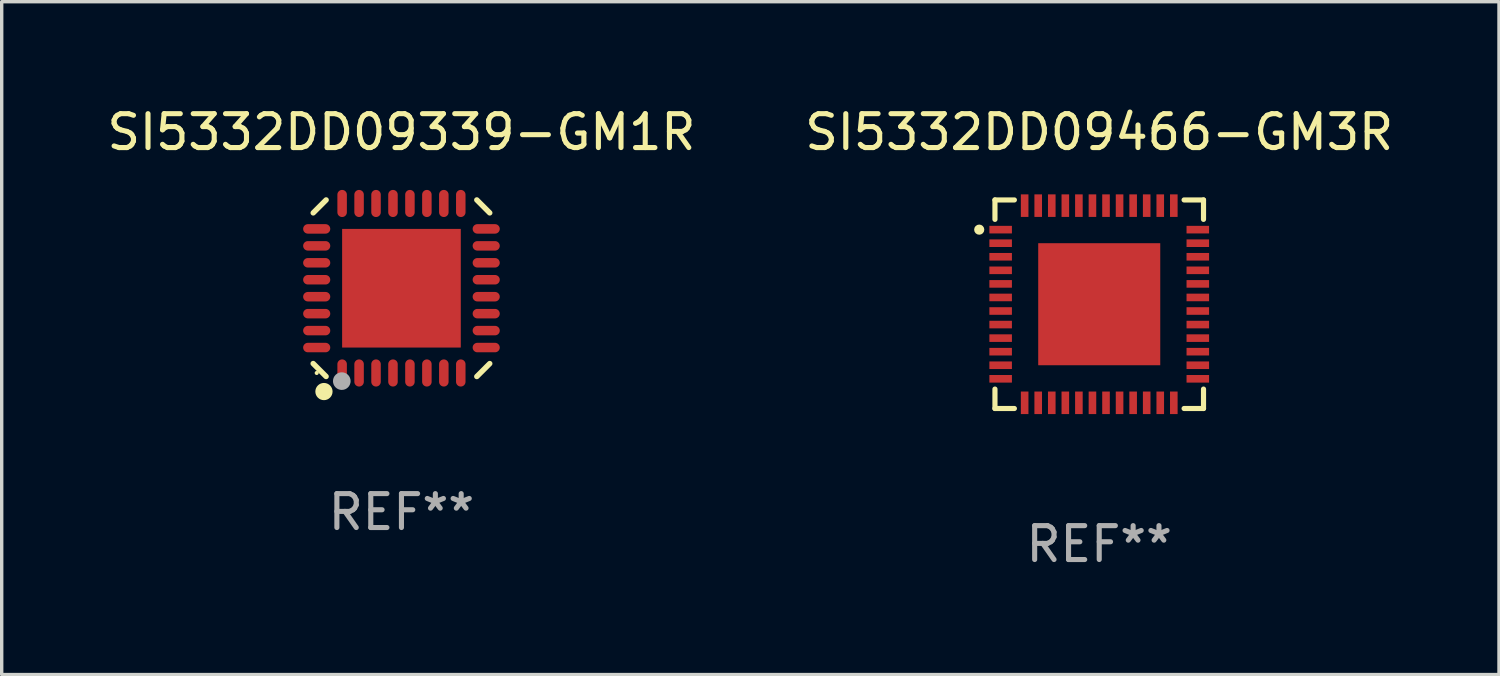
<source format=kicad_pcb>
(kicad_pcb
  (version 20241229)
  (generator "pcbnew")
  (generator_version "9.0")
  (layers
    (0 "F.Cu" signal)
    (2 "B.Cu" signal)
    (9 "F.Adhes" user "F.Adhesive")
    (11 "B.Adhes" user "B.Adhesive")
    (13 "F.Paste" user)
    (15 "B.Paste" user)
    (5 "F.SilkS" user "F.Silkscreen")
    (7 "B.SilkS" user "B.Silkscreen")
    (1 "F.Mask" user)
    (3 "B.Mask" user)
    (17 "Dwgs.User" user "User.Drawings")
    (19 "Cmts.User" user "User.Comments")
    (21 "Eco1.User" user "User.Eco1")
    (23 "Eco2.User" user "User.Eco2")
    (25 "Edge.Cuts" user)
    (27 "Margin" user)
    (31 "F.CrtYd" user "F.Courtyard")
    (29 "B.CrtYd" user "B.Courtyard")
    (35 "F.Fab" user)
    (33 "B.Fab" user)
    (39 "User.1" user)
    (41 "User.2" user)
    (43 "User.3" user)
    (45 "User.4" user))
  (footprint "SI5332DD09339-GM1R"
    (layer "F.Cu")
    (at 8.792 5.452)
    (property "Reference" "SI5332DD09339-GM1R" (at 0 -4.604 0) (layer "F.SilkS") (effects (font (size 1 1) (thickness 0.15))))
    (attr through_hole)
    (fp_line (start -2.223 2.603) (end -2.604 2.222) (stroke (width 0.16) (type solid)) (layer "F.SilkS"))
    (fp_line (start -2.222 -2.604) (end -2.603 -2.223) (stroke (width 0.16) (type solid)) (layer "F.SilkS"))
    (fp_line (start 2.223 -2.604) (end 2.604 -2.223) (stroke (width 0.16) (type solid)) (layer "F.SilkS"))
    (fp_line (start 2.604 2.223) (end 2.223 2.604) (stroke (width 0.16) (type solid)) (layer "F.SilkS"))
    (fp_circle (center -2.5 2.5) (end -2.47 2.5) (stroke (width 0.06) (type solid)) (fill no) (layer "F.SilkS"))
    (fp_circle (center -2.286 3.048) (end -2.159 3.048) (stroke (width 0.254) (type solid)) (fill no) (layer "F.SilkS"))
    (fp_circle (center -1.76 2.74) (end -1.63 2.74) (stroke (width 0.26) (type solid)) (fill no) (layer "F.Fab"))
    (fp_text user "REF**" (at 0 6.604 0) (layer "F.Fab") (effects (font (size 1 1) (thickness 0.15))))
    (pad "1" smd oval (at -1.75 2.5) (size 0.28 0.8) (layers "F.Cu" "F.Mask" "F.Paste"))
    (pad "2" smd oval (at -1.25 2.5) (size 0.28 0.8) (layers "F.Cu" "F.Mask" "F.Paste"))
    (pad "3" smd oval (at -0.75 2.5) (size 0.28 0.8) (layers "F.Cu" "F.Mask" "F.Paste"))
    (pad "4" smd oval (at -0.25 2.5) (size 0.28 0.8) (layers "F.Cu" "F.Mask" "F.Paste"))
    (pad "5" smd oval (at 0.25 2.5) (size 0.28 0.8) (layers "F.Cu" "F.Mask" "F.Paste"))
    (pad "6" smd oval (at 0.75 2.5) (size 0.28 0.8) (layers "F.Cu" "F.Mask" "F.Paste"))
    (pad "7" smd oval (at 1.25 2.5) (size 0.28 0.8) (layers "F.Cu" "F.Mask" "F.Paste"))
    (pad "8" smd oval (at 1.75 2.5) (size 0.28 0.8) (layers "F.Cu" "F.Mask" "F.Paste"))
    (pad "9" smd oval (at 2.5 1.75) (size 0.8 0.28) (layers "F.Cu" "F.Mask" "F.Paste"))
    (pad "10" smd oval (at 2.5 1.25) (size 0.8 0.28) (layers "F.Cu" "F.Mask" "F.Paste"))
    (pad "11" smd oval (at 2.5 0.75) (size 0.8 0.28) (layers "F.Cu" "F.Mask" "F.Paste"))
    (pad "12" smd oval (at 2.5 0.25) (size 0.8 0.28) (layers "F.Cu" "F.Mask" "F.Paste"))
    (pad "13" smd oval (at 2.5 -0.25) (size 0.8 0.28) (layers "F.Cu" "F.Mask" "F.Paste"))
    (pad "14" smd oval (at 2.5 -0.75) (size 0.8 0.28) (layers "F.Cu" "F.Mask" "F.Paste"))
    (pad "15" smd oval (at 2.5 -1.25) (size 0.8 0.28) (layers "F.Cu" "F.Mask" "F.Paste"))
    (pad "16" smd oval (at 2.5 -1.75) (size 0.8 0.28) (layers "F.Cu" "F.Mask" "F.Paste"))
    (pad "17" smd oval (at 1.75 -2.5) (size 0.28 0.8) (layers "F.Cu" "F.Mask" "F.Paste"))
    (pad "18" smd oval (at 1.25 -2.5) (size 0.28 0.8) (layers "F.Cu" "F.Mask" "F.Paste"))
    (pad "19" smd oval (at 0.75 -2.5) (size 0.28 0.8) (layers "F.Cu" "F.Mask" "F.Paste"))
    (pad "20" smd oval (at 0.25 -2.5) (size 0.28 0.8) (layers "F.Cu" "F.Mask" "F.Paste"))
    (pad "21" smd oval (at -0.25 -2.5) (size 0.28 0.8) (layers "F.Cu" "F.Mask" "F.Paste"))
    (pad "22" smd oval (at -0.75 -2.5) (size 0.28 0.8) (layers "F.Cu" "F.Mask" "F.Paste"))
    (pad "23" smd oval (at -1.25 -2.5) (size 0.28 0.8) (layers "F.Cu" "F.Mask" "F.Paste"))
    (pad "24" smd oval (at -1.75 -2.5) (size 0.28 0.8) (layers "F.Cu" "F.Mask" "F.Paste"))
    (pad "25" smd oval (at -2.5 -1.75) (size 0.8 0.28) (layers "F.Cu" "F.Mask" "F.Paste"))
    (pad "26" smd oval (at -2.5 -1.25) (size 0.8 0.28) (layers "F.Cu" "F.Mask" "F.Paste"))
    (pad "27" smd oval (at -2.5 -0.75) (size 0.8 0.28) (layers "F.Cu" "F.Mask" "F.Paste"))
    (pad "28" smd oval (at -2.5 -0.25) (size 0.8 0.28) (layers "F.Cu" "F.Mask" "F.Paste"))
    (pad "29" smd oval (at -2.5 0.25) (size 0.8 0.28) (layers "F.Cu" "F.Mask" "F.Paste"))
    (pad "30" smd oval (at -2.5 0.75) (size 0.8 0.28) (layers "F.Cu" "F.Mask" "F.Paste"))
    (pad "31" smd oval (at -2.5 1.25) (size 0.8 0.28) (layers "F.Cu" "F.Mask" "F.Paste"))
    (pad "32" smd oval (at -2.5 1.75) (size 0.8 0.28) (layers "F.Cu" "F.Mask" "F.Paste"))
    (pad "33" smd rect (at 0.000038 -0.000025) (size 3.5 3.5) (layers "F.Cu" "F.Mask" "F.Paste")))
  (footprint "SI5332DD09466-GM3R"
    (layer "F.Cu")
    (at 29.375 5.924)
    (property "Reference" "SI5332DD09466-GM3R" (at 0 -5.076 0) (layer "F.SilkS") (effects (font (size 1 1) (thickness 0.15))))
    (attr through_hole)
    (fp_line (start -3.076 -3.076) (end -3.076 -2.503) (stroke (width 0.152) (type solid)) (layer "F.SilkS"))
    (fp_line (start -3.076 3.076) (end -3.076 2.503) (stroke (width 0.152) (type solid)) (layer "F.SilkS"))
    (fp_line (start -2.503 -3.076) (end -3.076 -3.076) (stroke (width 0.152) (type solid)) (layer "F.SilkS"))
    (fp_line (start -2.503 3.076) (end -3.076 3.076) (stroke (width 0.152) (type solid)) (layer "F.SilkS"))
    (fp_line (start 2.503 -3.076) (end 3.076 -3.076) (stroke (width 0.152) (type solid)) (layer "F.SilkS"))
    (fp_line (start 2.503 3.076) (end 3.076 3.076) (stroke (width 0.152) (type solid)) (layer "F.SilkS"))
    (fp_line (start 3.076 -3.076) (end 3.076 -2.503) (stroke (width 0.152) (type solid)) (layer "F.SilkS"))
    (fp_line (start 3.076 3.076) (end 3.076 2.503) (stroke (width 0.152) (type solid)) (layer "F.SilkS"))
    (fp_circle (center -3.54 -2.2) (end -3.465 -2.2) (stroke (width 0.15) (type solid)) (fill no) (layer "F.SilkS"))
    (fp_text user "REF**" (at 0 7.076 0) (layer "F.Fab") (effects (font (size 1 1) (thickness 0.15))))
    (pad "1" smd rect (at -2.908 -2.2) (size 0.665 0.224) (layers "F.Cu" "F.Mask" "F.Paste"))
    (pad "2" smd rect (at -2.908 -1.8) (size 0.665 0.224) (layers "F.Cu" "F.Mask" "F.Paste"))
    (pad "3" smd rect (at -2.908 -1.4) (size 0.665 0.224) (layers "F.Cu" "F.Mask" "F.Paste"))
    (pad "4" smd rect (at -2.908 -1) (size 0.665 0.224) (layers "F.Cu" "F.Mask" "F.Paste"))
    (pad "5" smd rect (at -2.908 -0.6) (size 0.665 0.224) (layers "F.Cu" "F.Mask" "F.Paste"))
    (pad "6" smd rect (at -2.908 -0.2) (size 0.665 0.224) (layers "F.Cu" "F.Mask" "F.Paste"))
    (pad "7" smd rect (at -2.908 0.2) (size 0.665 0.224) (layers "F.Cu" "F.Mask" "F.Paste"))
    (pad "8" smd rect (at -2.908 0.6) (size 0.665 0.224) (layers "F.Cu" "F.Mask" "F.Paste"))
    (pad "9" smd rect (at -2.908 1) (size 0.665 0.224) (layers "F.Cu" "F.Mask" "F.Paste"))
    (pad "10" smd rect (at -2.908 1.4) (size 0.665 0.224) (layers "F.Cu" "F.Mask" "F.Paste"))
    (pad "11" smd rect (at -2.908 1.8) (size 0.665 0.224) (layers "F.Cu" "F.Mask" "F.Paste"))
    (pad "12" smd rect (at -2.908 2.2) (size 0.665 0.224) (layers "F.Cu" "F.Mask" "F.Paste"))
    (pad "13" smd rect (at -2.2 2.908) (size 0.224 0.665) (layers "F.Cu" "F.Mask" "F.Paste"))
    (pad "14" smd rect (at -1.8 2.908) (size 0.224 0.665) (layers "F.Cu" "F.Mask" "F.Paste"))
    (pad "15" smd rect (at -1.4 2.908) (size 0.224 0.665) (layers "F.Cu" "F.Mask" "F.Paste"))
    (pad "16" smd rect (at -1 2.908) (size 0.224 0.665) (layers "F.Cu" "F.Mask" "F.Paste"))
    (pad "17" smd rect (at -0.6 2.908) (size 0.224 0.665) (layers "F.Cu" "F.Mask" "F.Paste"))
    (pad "18" smd rect (at -0.2 2.908) (size 0.224 0.665) (layers "F.Cu" "F.Mask" "F.Paste"))
    (pad "19" smd rect (at 0.2 2.908) (size 0.224 0.665) (layers "F.Cu" "F.Mask" "F.Paste"))
    (pad "20" smd rect (at 0.6 2.908) (size 0.224 0.665) (layers "F.Cu" "F.Mask" "F.Paste"))
    (pad "21" smd rect (at 1 2.908) (size 0.224 0.665) (layers "F.Cu" "F.Mask" "F.Paste"))
    (pad "22" smd rect (at 1.4 2.908) (size 0.224 0.665) (layers "F.Cu" "F.Mask" "F.Paste"))
    (pad "23" smd rect (at 1.8 2.908) (size 0.224 0.665) (layers "F.Cu" "F.Mask" "F.Paste"))
    (pad "24" smd rect (at 2.2 2.908) (size 0.224 0.665) (layers "F.Cu" "F.Mask" "F.Paste"))
    (pad "25" smd rect (at 2.908 2.2) (size 0.665 0.224) (layers "F.Cu" "F.Mask" "F.Paste"))
    (pad "26" smd rect (at 2.908 1.8) (size 0.665 0.224) (layers "F.Cu" "F.Mask" "F.Paste"))
    (pad "27" smd rect (at 2.908 1.4) (size 0.665 0.224) (layers "F.Cu" "F.Mask" "F.Paste"))
    (pad "28" smd rect (at 2.908 1) (size 0.665 0.224) (layers "F.Cu" "F.Mask" "F.Paste"))
    (pad "29" smd rect (at 2.908 0.6) (size 0.665 0.224) (layers "F.Cu" "F.Mask" "F.Paste"))
    (pad "30" smd rect (at 2.908 0.2) (size 0.665 0.224) (layers "F.Cu" "F.Mask" "F.Paste"))
    (pad "31" smd rect (at 2.908 -0.2) (size 0.665 0.224) (layers "F.Cu" "F.Mask" "F.Paste"))
    (pad "32" smd rect (at 2.908 -0.6) (size 0.665 0.224) (layers "F.Cu" "F.Mask" "F.Paste"))
    (pad "33" smd rect (at 2.908 -1) (size 0.665 0.224) (layers "F.Cu" "F.Mask" "F.Paste"))
    (pad "34" smd rect (at 2.908 -1.4) (size 0.665 0.224) (layers "F.Cu" "F.Mask" "F.Paste"))
    (pad "35" smd rect (at 2.908 -1.8) (size 0.665 0.224) (layers "F.Cu" "F.Mask" "F.Paste"))
    (pad "36" smd rect (at 2.908 -2.2) (size 0.665 0.224) (layers "F.Cu" "F.Mask" "F.Paste"))
    (pad "37" smd rect (at 2.2 -2.908) (size 0.224 0.665) (layers "F.Cu" "F.Mask" "F.Paste"))
    (pad "38" smd rect (at 1.8 -2.908) (size 0.224 0.665) (layers "F.Cu" "F.Mask" "F.Paste"))
    (pad "39" smd rect (at 1.4 -2.908) (size 0.224 0.665) (layers "F.Cu" "F.Mask" "F.Paste"))
    (pad "40" smd rect (at 1 -2.908) (size 0.224 0.665) (layers "F.Cu" "F.Mask" "F.Paste"))
    (pad "41" smd rect (at 0.6 -2.908) (size 0.224 0.665) (layers "F.Cu" "F.Mask" "F.Paste"))
    (pad "42" smd rect (at 0.2 -2.908) (size 0.224 0.665) (layers "F.Cu" "F.Mask" "F.Paste"))
    (pad "43" smd rect (at -0.2 -2.908) (size 0.224 0.665) (layers "F.Cu" "F.Mask" "F.Paste"))
    (pad "44" smd rect (at -0.6 -2.908) (size 0.224 0.665) (layers "F.Cu" "F.Mask" "F.Paste"))
    (pad "45" smd rect (at -1 -2.908) (size 0.224 0.665) (layers "F.Cu" "F.Mask" "F.Paste"))
    (pad "46" smd rect (at -1.4 -2.908) (size 0.224 0.665) (layers "F.Cu" "F.Mask" "F.Paste"))
    (pad "47" smd rect (at -1.8 -2.908) (size 0.224 0.665) (layers "F.Cu" "F.Mask" "F.Paste"))
    (pad "48" smd rect (at -2.2 -2.908) (size 0.224 0.665) (layers "F.Cu" "F.Mask" "F.Paste"))
    (pad "49" smd rect (at 0 0) (size 3.6 3.6) (layers "F.Cu" "F.Mask" "F.Paste")))
  (gr_rect
    (start -3 -3)
    (end 41.167 16.849)
    (stroke (width 0.1) (type default))
    (fill no)
    (layer "Edge.Cuts")))
</source>
